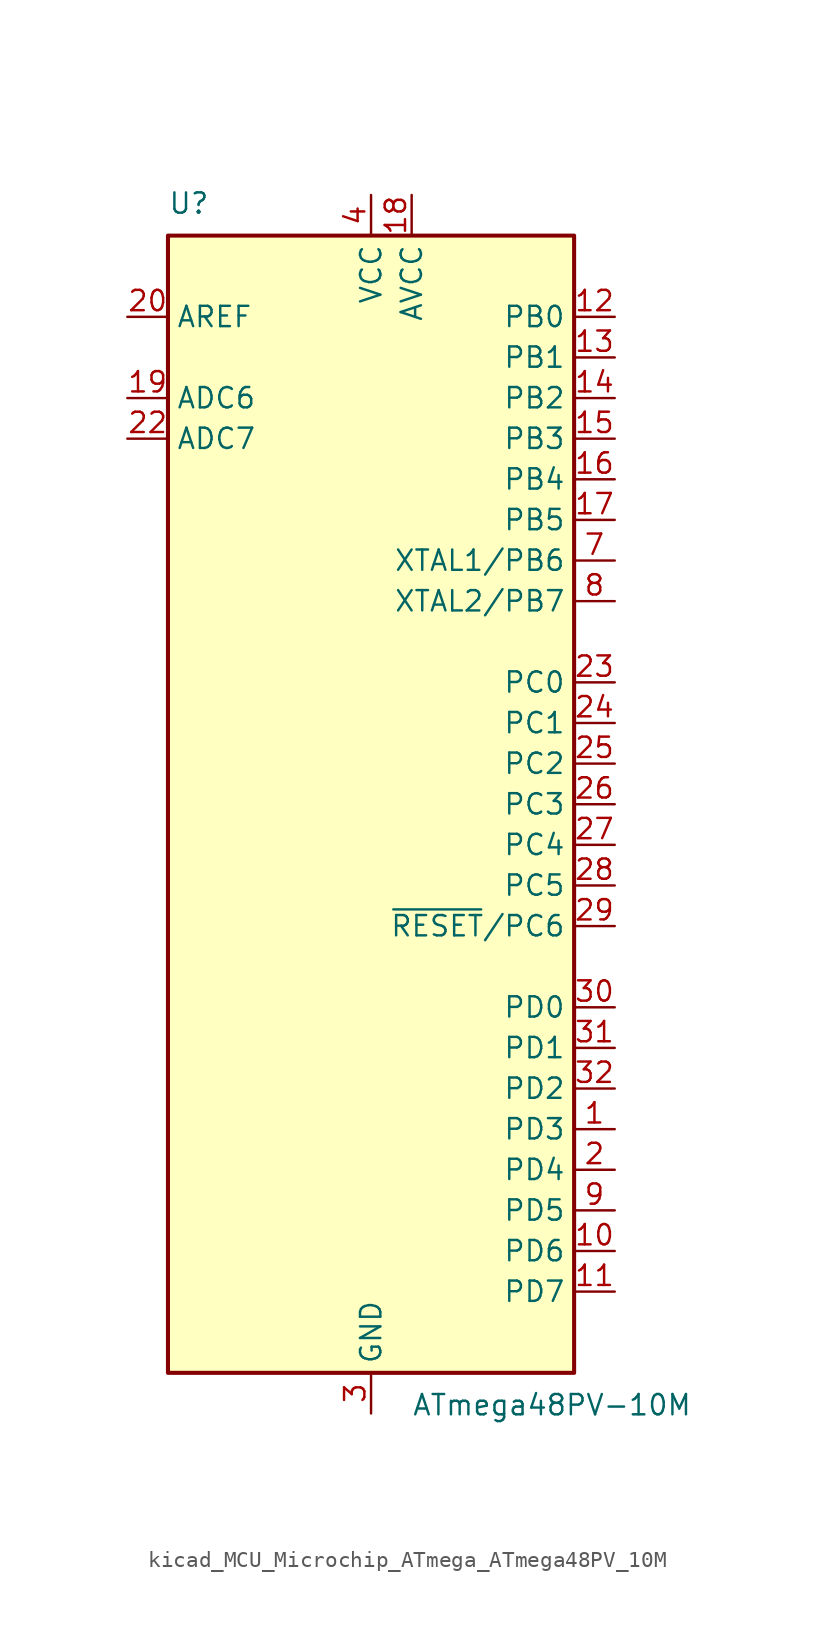
<source format=kicad_sym>
(kicad_symbol_lib
  (version 20220914)
  (generator kicad_symbol_editor)
  (symbol "kicad_MCU_Microchip_ATmega_ATmega48PV_10M"
    (property "Reference" "U"
      (at -12.7 36.83 0)
      (effects (font (size 1.27 1.27)) (justify left bottom)))
    (property "Value" "ATmega48PV-10M"
      (at 2.54 -36.83 0)
      (effects (font (size 1.27 1.27)) (justify left top)))
    (symbol "kicad_MCU_Microchip_ATmega_ATmega48PV_10M_0_1"
      (rectangle (start -12.7 -35.56) (end 12.7 35.56) (stroke (width 0.254) (type default)) (fill (type background))))
    (symbol "kicad_MCU_Microchip_ATmega_ATmega48PV_10M_1_1"
      (pin bidirectional line (at 15.24 -20.32 180) (length 2.54) (name "PD3" (effects (font (size 1.27 1.27)))) (number "1" (effects (font (size 1.27 1.27)))))
      (pin bidirectional line (at 15.24 -27.94 180) (length 2.54) (name "PD6" (effects (font (size 1.27 1.27)))) (number "10" (effects (font (size 1.27 1.27)))))
      (pin bidirectional line (at 15.24 -30.48 180) (length 2.54) (name "PD7" (effects (font (size 1.27 1.27)))) (number "11" (effects (font (size 1.27 1.27)))))
      (pin bidirectional line (at 15.24 30.48 180) (length 2.54) (name "PB0" (effects (font (size 1.27 1.27)))) (number "12" (effects (font (size 1.27 1.27)))))
      (pin bidirectional line (at 15.24 27.94 180) (length 2.54) (name "PB1" (effects (font (size 1.27 1.27)))) (number "13" (effects (font (size 1.27 1.27)))))
      (pin bidirectional line (at 15.24 25.4 180) (length 2.54) (name "PB2" (effects (font (size 1.27 1.27)))) (number "14" (effects (font (size 1.27 1.27)))))
      (pin bidirectional line (at 15.24 22.86 180) (length 2.54) (name "PB3" (effects (font (size 1.27 1.27)))) (number "15" (effects (font (size 1.27 1.27)))))
      (pin bidirectional line (at 15.24 20.32 180) (length 2.54) (name "PB4" (effects (font (size 1.27 1.27)))) (number "16" (effects (font (size 1.27 1.27)))))
      (pin bidirectional line (at 15.24 17.78 180) (length 2.54) (name "PB5" (effects (font (size 1.27 1.27)))) (number "17" (effects (font (size 1.27 1.27)))))
      (pin power_in line (at 2.54 38.1 270) (length 2.54) (name "AVCC" (effects (font (size 1.27 1.27)))) (number "18" (effects (font (size 1.27 1.27)))))
      (pin input line (at -15.24 25.4 0) (length 2.54) (name "ADC6" (effects (font (size 1.27 1.27)))) (number "19" (effects (font (size 1.27 1.27)))))
      (pin bidirectional line (at 15.24 -22.86 180) (length 2.54) (name "PD4" (effects (font (size 1.27 1.27)))) (number "2" (effects (font (size 1.27 1.27)))))
      (pin passive line (at -15.24 30.48 0) (length 2.54) (name "AREF" (effects (font (size 1.27 1.27)))) (number "20" (effects (font (size 1.27 1.27)))))
      (pin passive line (at 0 -38.1 90) (length 2.54) hide (name "GND" (effects (font (size 1.27 1.27)))) (number "21" (effects (font (size 1.27 1.27)))))
      (pin input line (at -15.24 22.86 0) (length 2.54) (name "ADC7" (effects (font (size 1.27 1.27)))) (number "22" (effects (font (size 1.27 1.27)))))
      (pin bidirectional line (at 15.24 7.62 180) (length 2.54) (name "PC0" (effects (font (size 1.27 1.27)))) (number "23" (effects (font (size 1.27 1.27)))))
      (pin bidirectional line (at 15.24 5.08 180) (length 2.54) (name "PC1" (effects (font (size 1.27 1.27)))) (number "24" (effects (font (size 1.27 1.27)))))
      (pin bidirectional line (at 15.24 2.54 180) (length 2.54) (name "PC2" (effects (font (size 1.27 1.27)))) (number "25" (effects (font (size 1.27 1.27)))))
      (pin bidirectional line (at 15.24 0 180) (length 2.54) (name "PC3" (effects (font (size 1.27 1.27)))) (number "26" (effects (font (size 1.27 1.27)))))
      (pin bidirectional line (at 15.24 -2.54 180) (length 2.54) (name "PC4" (effects (font (size 1.27 1.27)))) (number "27" (effects (font (size 1.27 1.27)))))
      (pin bidirectional line (at 15.24 -5.08 180) (length 2.54) (name "PC5" (effects (font (size 1.27 1.27)))) (number "28" (effects (font (size 1.27 1.27)))))
      (pin bidirectional line (at 15.24 -7.62 180) (length 2.54) (name "~{RESET}/PC6" (effects (font (size 1.27 1.27)))) (number "29" (effects (font (size 1.27 1.27)))))
      (pin power_in line (at 0 -38.1 90) (length 2.54) (name "GND" (effects (font (size 1.27 1.27)))) (number "3" (effects (font (size 1.27 1.27)))))
      (pin bidirectional line (at 15.24 -12.7 180) (length 2.54) (name "PD0" (effects (font (size 1.27 1.27)))) (number "30" (effects (font (size 1.27 1.27)))))
      (pin bidirectional line (at 15.24 -15.24 180) (length 2.54) (name "PD1" (effects (font (size 1.27 1.27)))) (number "31" (effects (font (size 1.27 1.27)))))
      (pin bidirectional line (at 15.24 -17.78 180) (length 2.54) (name "PD2" (effects (font (size 1.27 1.27)))) (number "32" (effects (font (size 1.27 1.27)))))
      (pin passive line (at 0 -38.1 90) (length 2.54) hide (name "GND" (effects (font (size 1.27 1.27)))) (number "33" (effects (font (size 1.27 1.27)))))
      (pin power_in line (at 0 38.1 270) (length 2.54) (name "VCC" (effects (font (size 1.27 1.27)))) (number "4" (effects (font (size 1.27 1.27)))))
      (pin passive line (at 0 -38.1 90) (length 2.54) hide (name "GND" (effects (font (size 1.27 1.27)))) (number "5" (effects (font (size 1.27 1.27)))))
      (pin passive line (at 0 38.1 270) (length 2.54) hide (name "VCC" (effects (font (size 1.27 1.27)))) (number "6" (effects (font (size 1.27 1.27)))))
      (pin bidirectional line (at 15.24 15.24 180) (length 2.54) (name "XTAL1/PB6" (effects (font (size 1.27 1.27)))) (number "7" (effects (font (size 1.27 1.27)))))
      (pin bidirectional line (at 15.24 12.7 180) (length 2.54) (name "XTAL2/PB7" (effects (font (size 1.27 1.27)))) (number "8" (effects (font (size 1.27 1.27)))))
      (pin bidirectional line (at 15.24 -25.4 180) (length 2.54) (name "PD5" (effects (font (size 1.27 1.27)))) (number "9" (effects (font (size 1.27 1.27))))))))
</source>
